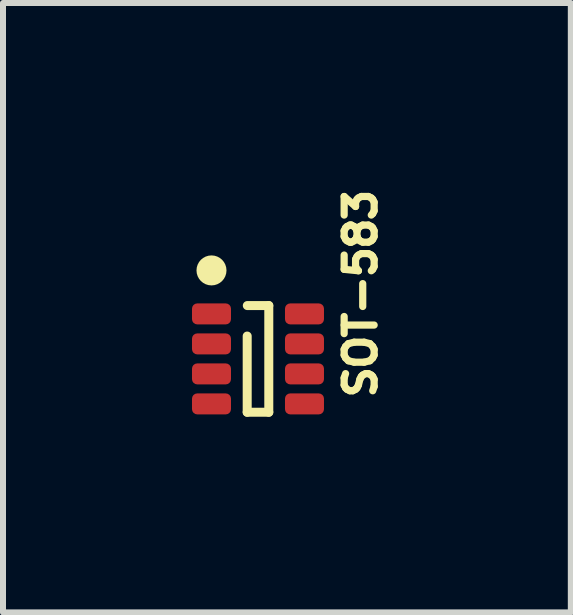
<source format=kicad_pcb>
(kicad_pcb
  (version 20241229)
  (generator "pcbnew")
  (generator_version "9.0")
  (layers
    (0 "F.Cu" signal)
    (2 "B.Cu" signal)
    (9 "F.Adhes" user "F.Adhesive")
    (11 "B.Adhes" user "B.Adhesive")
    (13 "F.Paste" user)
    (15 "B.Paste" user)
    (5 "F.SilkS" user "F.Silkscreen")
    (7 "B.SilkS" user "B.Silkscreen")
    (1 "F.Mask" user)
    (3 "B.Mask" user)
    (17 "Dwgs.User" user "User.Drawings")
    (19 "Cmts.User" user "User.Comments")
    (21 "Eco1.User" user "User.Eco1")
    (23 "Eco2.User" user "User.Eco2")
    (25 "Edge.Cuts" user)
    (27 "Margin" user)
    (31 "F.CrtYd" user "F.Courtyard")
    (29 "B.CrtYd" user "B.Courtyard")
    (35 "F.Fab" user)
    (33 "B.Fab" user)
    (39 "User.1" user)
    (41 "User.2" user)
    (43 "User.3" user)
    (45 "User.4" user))
  (footprint "SOT-583"
    (layer "F.Cu")
    (at 1.25 2.932)
    (property "Reference" "SOT-583" (at 1.711 -1.088 90) (unlocked yes) (layer "F.SilkS") (effects (font (size 0.5 0.5) (thickness 0.12))))
    (fp_line (start -0.18 0.889) (end -0.18 -0.381) (stroke (width 0.15) (type solid)) (layer "F.SilkS"))
    (fp_line (start 0.18 -0.889) (end -0.178 -0.889) (stroke (width 0.15) (type solid)) (layer "F.SilkS"))
    (fp_line (start 0.18 0.889) (end -0.18 0.889) (stroke (width 0.15) (type solid)) (layer "F.SilkS"))
    (fp_line (start 0.18 0.889) (end 0.18 -0.889) (stroke (width 0.15) (type solid)) (layer "F.SilkS"))
    (fp_circle (center -0.775 -1.475) (end -0.9 -1.475) (stroke (width 0.25) (type solid)) (fill no) (layer "F.SilkS"))
    (fp_line (start -1.225 1.2) (end -1.225 -1.2) (stroke (width 0.05) (type solid)) (layer "User.2"))
    (fp_line (start 1.225 -1.2) (end -1.225 -1.2) (stroke (width 0.05) (type solid)) (layer "User.2"))
    (fp_line (start 1.225 1.2) (end -1.225 1.2) (stroke (width 0.05) (type solid)) (layer "User.2"))
    (fp_line (start 1.225 1.2) (end 1.225 -1.2) (stroke (width 0.05) (type solid)) (layer "User.2"))
    (fp_line (start 0.5 0) (end -0.5 0) (stroke (width 0.1) (type solid)) (layer "User.3"))
    (fp_line (start -0.65 1.05) (end -0.65 -1.05) (stroke (width 0.1) (type solid)) (layer "User.9"))
    (fp_line (start 0.65 -1.05) (end -0.65 -1.05) (stroke (width 0.1) (type solid)) (layer "User.9"))
    (fp_line (start 0.65 1.05) (end -0.65 1.05) (stroke (width 0.1) (type solid)) (layer "User.9"))
    (fp_line (start 0.65 1.05) (end 0.65 -1.05) (stroke (width 0.1) (type solid)) (layer "User.9"))
    (pad "1" smd roundrect (at -0.775 -0.75 90) (size 0.35 0.65) (layers "F.Cu" "F.Mask" "F.Paste") (roundrect_rratio 0.25))
    (pad "2" smd roundrect (at -0.775 -0.25 90) (size 0.35 0.65) (layers "F.Cu" "F.Mask" "F.Paste") (roundrect_rratio 0.25))
    (pad "3" smd roundrect (at -0.775 0.25 90) (size 0.35 0.65) (layers "F.Cu" "F.Mask" "F.Paste") (roundrect_rratio 0.25))
    (pad "4" smd roundrect (at -0.775 0.75 90) (size 0.35 0.65) (layers "F.Cu" "F.Mask" "F.Paste") (roundrect_rratio 0.25))
    (pad "5" smd roundrect (at 0.775 0.75 90) (size 0.35 0.65) (layers "F.Cu" "F.Mask" "F.Paste") (roundrect_rratio 0.25))
    (pad "6" smd roundrect (at 0.775 0.25 90) (size 0.35 0.65) (layers "F.Cu" "F.Mask" "F.Paste") (roundrect_rratio 0.25))
    (pad "7" smd roundrect (at 0.775 -0.25 90) (size 0.35 0.65) (layers "F.Cu" "F.Mask" "F.Paste") (roundrect_rratio 0.25))
    (pad "8" smd roundrect (at 0.775 -0.75 90) (size 0.35 0.65) (layers "F.Cu" "F.Mask" "F.Paste") (roundrect_rratio 0.25)))
  (gr_rect
    (start -3 -3)
    (end 6.464 7.157)
    (stroke (width 0.1) (type default))
    (fill no)
    (layer "Edge.Cuts")))
</source>
